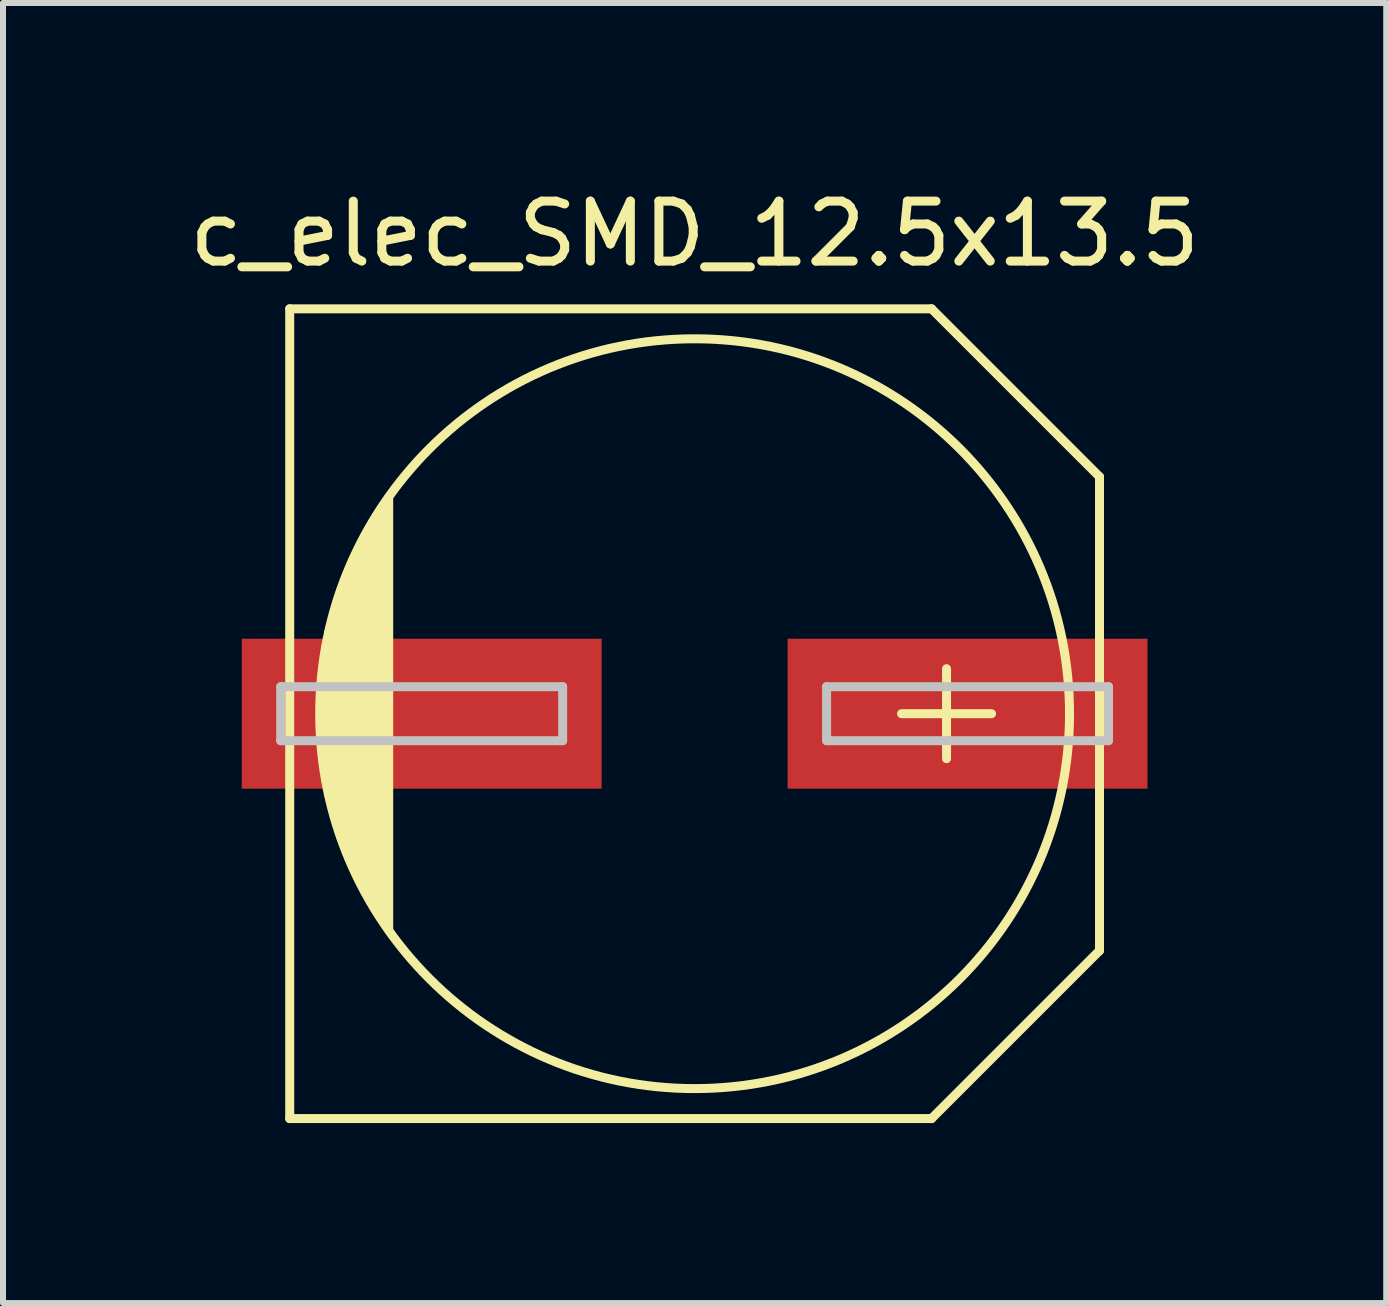
<source format=kicad_pcb>
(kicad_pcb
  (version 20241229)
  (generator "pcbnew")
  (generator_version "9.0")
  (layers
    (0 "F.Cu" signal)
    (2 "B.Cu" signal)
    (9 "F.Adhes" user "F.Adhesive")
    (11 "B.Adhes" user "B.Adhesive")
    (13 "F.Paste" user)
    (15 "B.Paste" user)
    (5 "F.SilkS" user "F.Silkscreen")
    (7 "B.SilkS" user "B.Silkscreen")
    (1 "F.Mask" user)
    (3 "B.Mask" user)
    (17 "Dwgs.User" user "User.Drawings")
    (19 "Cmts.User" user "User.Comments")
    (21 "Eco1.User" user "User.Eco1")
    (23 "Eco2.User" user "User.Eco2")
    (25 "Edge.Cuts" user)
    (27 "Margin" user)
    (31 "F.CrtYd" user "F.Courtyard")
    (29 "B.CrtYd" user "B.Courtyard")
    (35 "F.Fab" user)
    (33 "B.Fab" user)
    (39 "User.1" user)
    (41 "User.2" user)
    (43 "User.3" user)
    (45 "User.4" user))
  (footprint "c_elec_SMD_12.5x13.5"
    (layer "F.Cu")
    (at 8.53 8.848)
    (property "Reference" "c_elec_SMD_12.5x13.5" (at 0 -8 0) (layer "F.SilkS") (effects (font (size 1 1) (thickness 0.15))))
    (attr through_hole)
    (fp_line (start -6.75 -6.75) (end 3.95 -6.75) (stroke (width 0.15) (type solid)) (layer "F.SilkS"))
    (fp_line (start -6.75 6.75) (end -6.75 -6.75) (stroke (width 0.15) (type solid)) (layer "F.SilkS"))
    (fp_line (start -6.15 1.1) (end -6.15 -1.1) (stroke (width 0.15) (type solid)) (layer "F.SilkS"))
    (fp_line (start -6.1 1.35) (end -6.1 -1.35) (stroke (width 0.15) (type solid)) (layer "F.SilkS"))
    (fp_line (start -6 -1.7) (end -6 1.7) (stroke (width 0.15) (type solid)) (layer "F.SilkS"))
    (fp_line (start -5.9 2.05) (end -5.9 -2.05) (stroke (width 0.15) (type solid)) (layer "F.SilkS"))
    (fp_line (start -5.8 -2.3) (end -5.8 2.3) (stroke (width 0.15) (type solid)) (layer "F.SilkS"))
    (fp_line (start -5.7 2.55) (end -5.7 -2.55) (stroke (width 0.15) (type solid)) (layer "F.SilkS"))
    (fp_line (start -5.6 2.75) (end -5.6 -2.75) (stroke (width 0.15) (type solid)) (layer "F.SilkS"))
    (fp_line (start -5.5 -2.95) (end -5.5 2.95) (stroke (width 0.15) (type solid)) (layer "F.SilkS"))
    (fp_line (start -5.4 3.1) (end -5.4 -3.1) (stroke (width 0.15) (type solid)) (layer "F.SilkS"))
    (fp_line (start -5.3 -3.3) (end -5.3 3.3) (stroke (width 0.15) (type solid)) (layer "F.SilkS"))
    (fp_line (start -5.2 -3.45) (end -5.2 3.45) (stroke (width 0.15) (type solid)) (layer "F.SilkS"))
    (fp_line (start -5.1 -3.6) (end -5.1 3.6) (stroke (width 0.15) (type solid)) (layer "F.SilkS"))
    (fp_line (start 3.95 -6.75) (end 6.75 -3.95) (stroke (width 0.15) (type solid)) (layer "F.SilkS"))
    (fp_line (start 3.95 6.75) (end -6.75 6.75) (stroke (width 0.15) (type solid)) (layer "F.SilkS"))
    (fp_line (start 4.2 -0.75) (end 4.2 0.75) (stroke (width 0.15) (type solid)) (layer "F.SilkS"))
    (fp_line (start 4.95 0) (end 3.45 0) (stroke (width 0.15) (type solid)) (layer "F.SilkS"))
    (fp_line (start 6.75 -3.95) (end 6.75 3.95) (stroke (width 0.15) (type solid)) (layer "F.SilkS"))
    (fp_line (start 6.75 3.95) (end 3.95 6.75) (stroke (width 0.15) (type solid)) (layer "F.SilkS"))
    (fp_circle (center 0 0) (end 6.25 0) (stroke (width 0.15) (type solid)) (fill no) (layer "F.SilkS"))
    (fp_line (start -6.9 -0.45) (end -6.9 0.45) (stroke (width 0.15) (type solid)) (layer "Dwgs.User"))
    (fp_line (start -6.9 0.45) (end -2.2 0.45) (stroke (width 0.15) (type solid)) (layer "Dwgs.User"))
    (fp_line (start -2.2 -0.45) (end -6.9 -0.45) (stroke (width 0.15) (type solid)) (layer "Dwgs.User"))
    (fp_line (start -2.2 0.45) (end -2.2 -0.45) (stroke (width 0.15) (type solid)) (layer "Dwgs.User"))
    (fp_line (start 2.2 -0.45) (end 6.9 -0.45) (stroke (width 0.15) (type solid)) (layer "Dwgs.User"))
    (fp_line (start 2.2 0.45) (end 2.2 -0.45) (stroke (width 0.15) (type solid)) (layer "Dwgs.User"))
    (fp_line (start 6.9 -0.45) (end 6.9 0.45) (stroke (width 0.15) (type solid)) (layer "Dwgs.User"))
    (fp_line (start 6.9 0.45) (end 2.2 0.45) (stroke (width 0.15) (type solid)) (layer "Dwgs.User"))
    (pad "1" smd rect (at 4.55 0) (size 6 2.5) (layers "F.Cu" "F.Mask" "F.Paste"))
    (pad "2" smd rect (at -4.55 0) (size 6 2.5) (layers "F.Cu" "F.Mask" "F.Paste")))
  (gr_rect
    (start -3 -3)
    (end 20.06 18.673)
    (stroke (width 0.1) (type default))
    (fill no)
    (layer "Edge.Cuts")))
</source>
